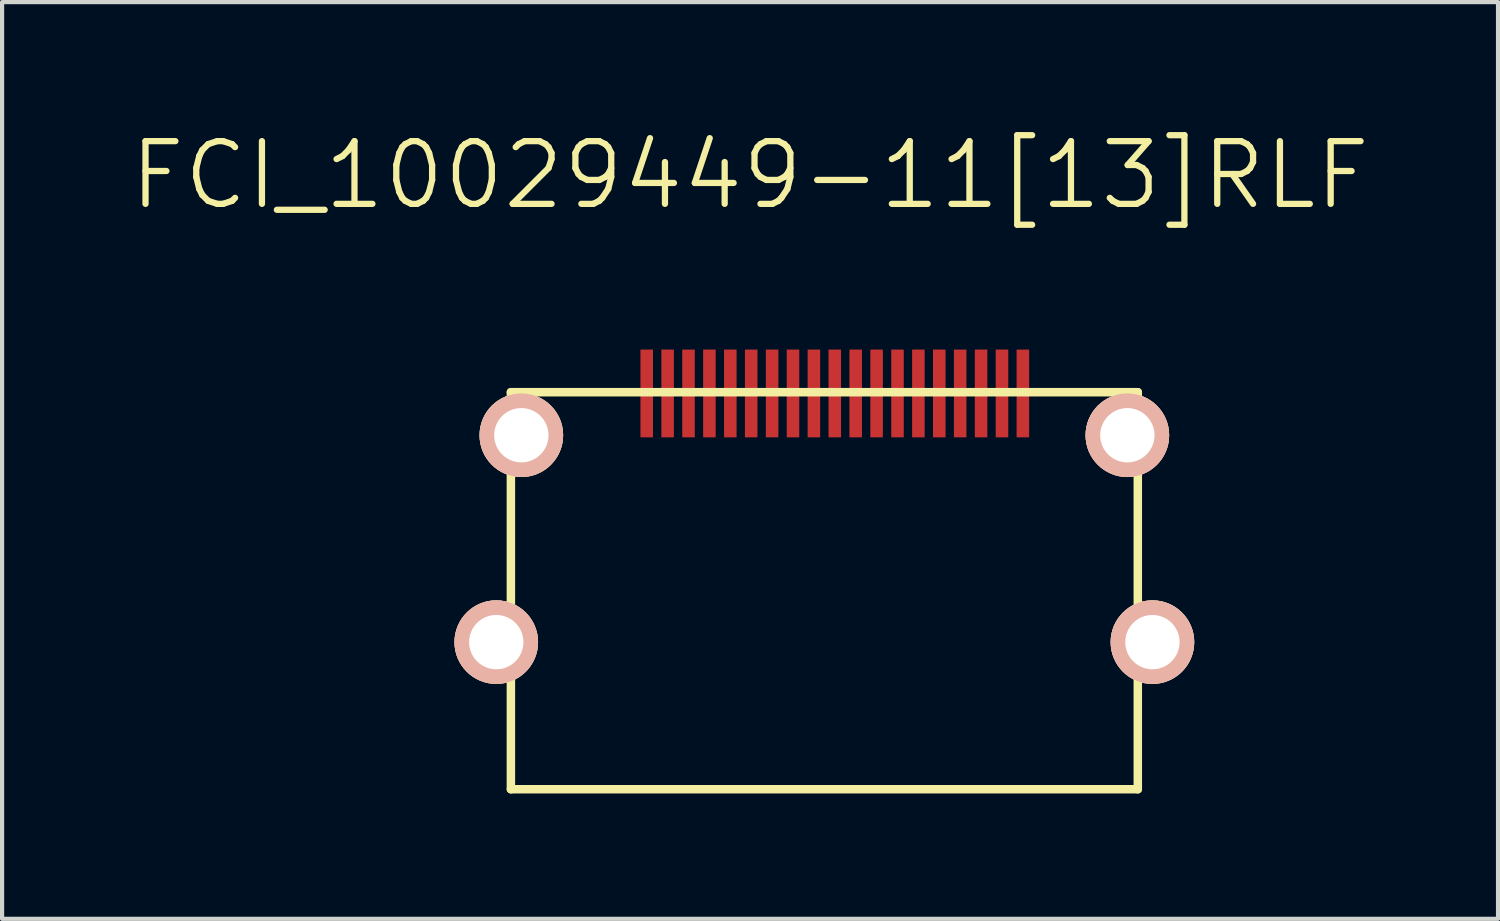
<source format=kicad_pcb>
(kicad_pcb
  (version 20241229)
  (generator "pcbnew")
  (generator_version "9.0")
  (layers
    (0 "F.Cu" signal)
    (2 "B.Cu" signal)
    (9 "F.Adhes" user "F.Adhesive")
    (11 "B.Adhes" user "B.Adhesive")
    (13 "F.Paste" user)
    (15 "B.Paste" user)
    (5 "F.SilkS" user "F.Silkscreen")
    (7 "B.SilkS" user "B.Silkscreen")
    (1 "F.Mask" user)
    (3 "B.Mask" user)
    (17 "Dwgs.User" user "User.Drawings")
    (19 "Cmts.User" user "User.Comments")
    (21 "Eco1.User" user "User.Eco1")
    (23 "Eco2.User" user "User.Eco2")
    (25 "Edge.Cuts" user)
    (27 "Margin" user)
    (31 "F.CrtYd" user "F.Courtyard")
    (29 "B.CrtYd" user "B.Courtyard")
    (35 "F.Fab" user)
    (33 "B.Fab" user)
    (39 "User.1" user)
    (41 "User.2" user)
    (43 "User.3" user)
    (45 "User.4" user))
  (footprint "FCI_10029449-11[13]RLF"
    (layer "F.Cu")
    (at 16.674 7.364)
    (property "Reference" "FCI_10029449-11[13]RLF" (at -1.778 -6.223 0) (layer "F.SilkS") (effects (font (size 1.5 1.5) (thickness 0.15))))
    (attr through_hole)
    (fp_line (start -7.5 -1.03) (end 7.5 -1.03) (stroke (width 0.203) (type solid)) (layer "F.SilkS"))
    (fp_line (start -7.5 8.47) (end -7.5 -1.03) (stroke (width 0.203) (type solid)) (layer "F.SilkS"))
    (fp_line (start 7.5 8.47) (end -7.5 8.47) (stroke (width 0.203) (type solid)) (layer "F.SilkS"))
    (fp_line (start 7.5 8.47) (end 7.5 -1.03) (stroke (width 0.203) (type solid)) (layer "F.SilkS"))
    (pad "1" smd rect (at 4.75 -1) (size 0.3 2.1) (layers "F.Cu" "F.Mask" "F.Paste"))
    (pad "2" smd rect (at 4.25 -1) (size 0.3 2.1) (layers "F.Cu" "F.Mask" "F.Paste"))
    (pad "3" smd rect (at 3.75 -1) (size 0.3 2.1) (layers "F.Cu" "F.Mask" "F.Paste"))
    (pad "4" smd rect (at 3.25 -1) (size 0.3 2.1) (layers "F.Cu" "F.Mask" "F.Paste"))
    (pad "5" smd rect (at 2.75 -1) (size 0.3 2.1) (layers "F.Cu" "F.Mask" "F.Paste"))
    (pad "6" smd rect (at 2.25 -1) (size 0.3 2.1) (layers "F.Cu" "F.Mask" "F.Paste"))
    (pad "7" smd rect (at 1.75 -1) (size 0.3 2.1) (layers "F.Cu" "F.Mask" "F.Paste"))
    (pad "8" smd rect (at 1.25 -1) (size 0.3 2.1) (layers "F.Cu" "F.Mask" "F.Paste"))
    (pad "9" smd rect (at 0.75 -1) (size 0.3 2.1) (layers "F.Cu" "F.Mask" "F.Paste"))
    (pad "10" smd rect (at 0.25 -1) (size 0.3 2.1) (layers "F.Cu" "F.Mask" "F.Paste"))
    (pad "11" smd rect (at -0.25 -1) (size 0.3 2.1) (layers "F.Cu" "F.Mask" "F.Paste"))
    (pad "12" smd rect (at -0.75 -1) (size 0.3 2.1) (layers "F.Cu" "F.Mask" "F.Paste"))
    (pad "13" smd rect (at -1.25 -1) (size 0.3 2.1) (layers "F.Cu" "F.Mask" "F.Paste"))
    (pad "14" smd rect (at -1.75 -1) (size 0.3 2.1) (layers "F.Cu" "F.Mask" "F.Paste"))
    (pad "15" smd rect (at -2.25 -1) (size 0.3 2.1) (layers "F.Cu" "F.Mask" "F.Paste"))
    (pad "16" smd rect (at -2.75 -1) (size 0.3 2.1) (layers "F.Cu" "F.Mask" "F.Paste"))
    (pad "17" smd rect (at -3.25 -1) (size 0.3 2.1) (layers "F.Cu" "F.Mask" "F.Paste"))
    (pad "18" smd rect (at -3.75 -1) (size 0.3 2.1) (layers "F.Cu" "F.Mask" "F.Paste"))
    (pad "19" smd rect (at -4.25 -1) (size 0.3 2.1) (layers "F.Cu" "F.Mask" "F.Paste"))
    (pad "SH" thru_hole circle (at -7.85 4.95) (size 2 2) (drill 1.3) (layers "*.Cu" "*.SilkS" "*.Mask"))
    (pad "SH" thru_hole circle (at -7.25 0) (size 2 2) (drill 1.3) (layers "*.Cu" "*.SilkS" "*.Mask"))
    (pad "SH" thru_hole circle (at 7.25 0) (size 2 2) (drill 1.3) (layers "*.Cu" "*.SilkS" "*.Mask"))
    (pad "SH" thru_hole circle (at 7.85 4.95) (size 2 2) (drill 1.3) (layers "*.Cu" "*.SilkS" "*.Mask")))
  (gr_rect
    (start -3 -3)
    (end 32.793 18.935)
    (stroke (width 0.1) (type default))
    (fill no)
    (layer "Edge.Cuts")))
</source>
